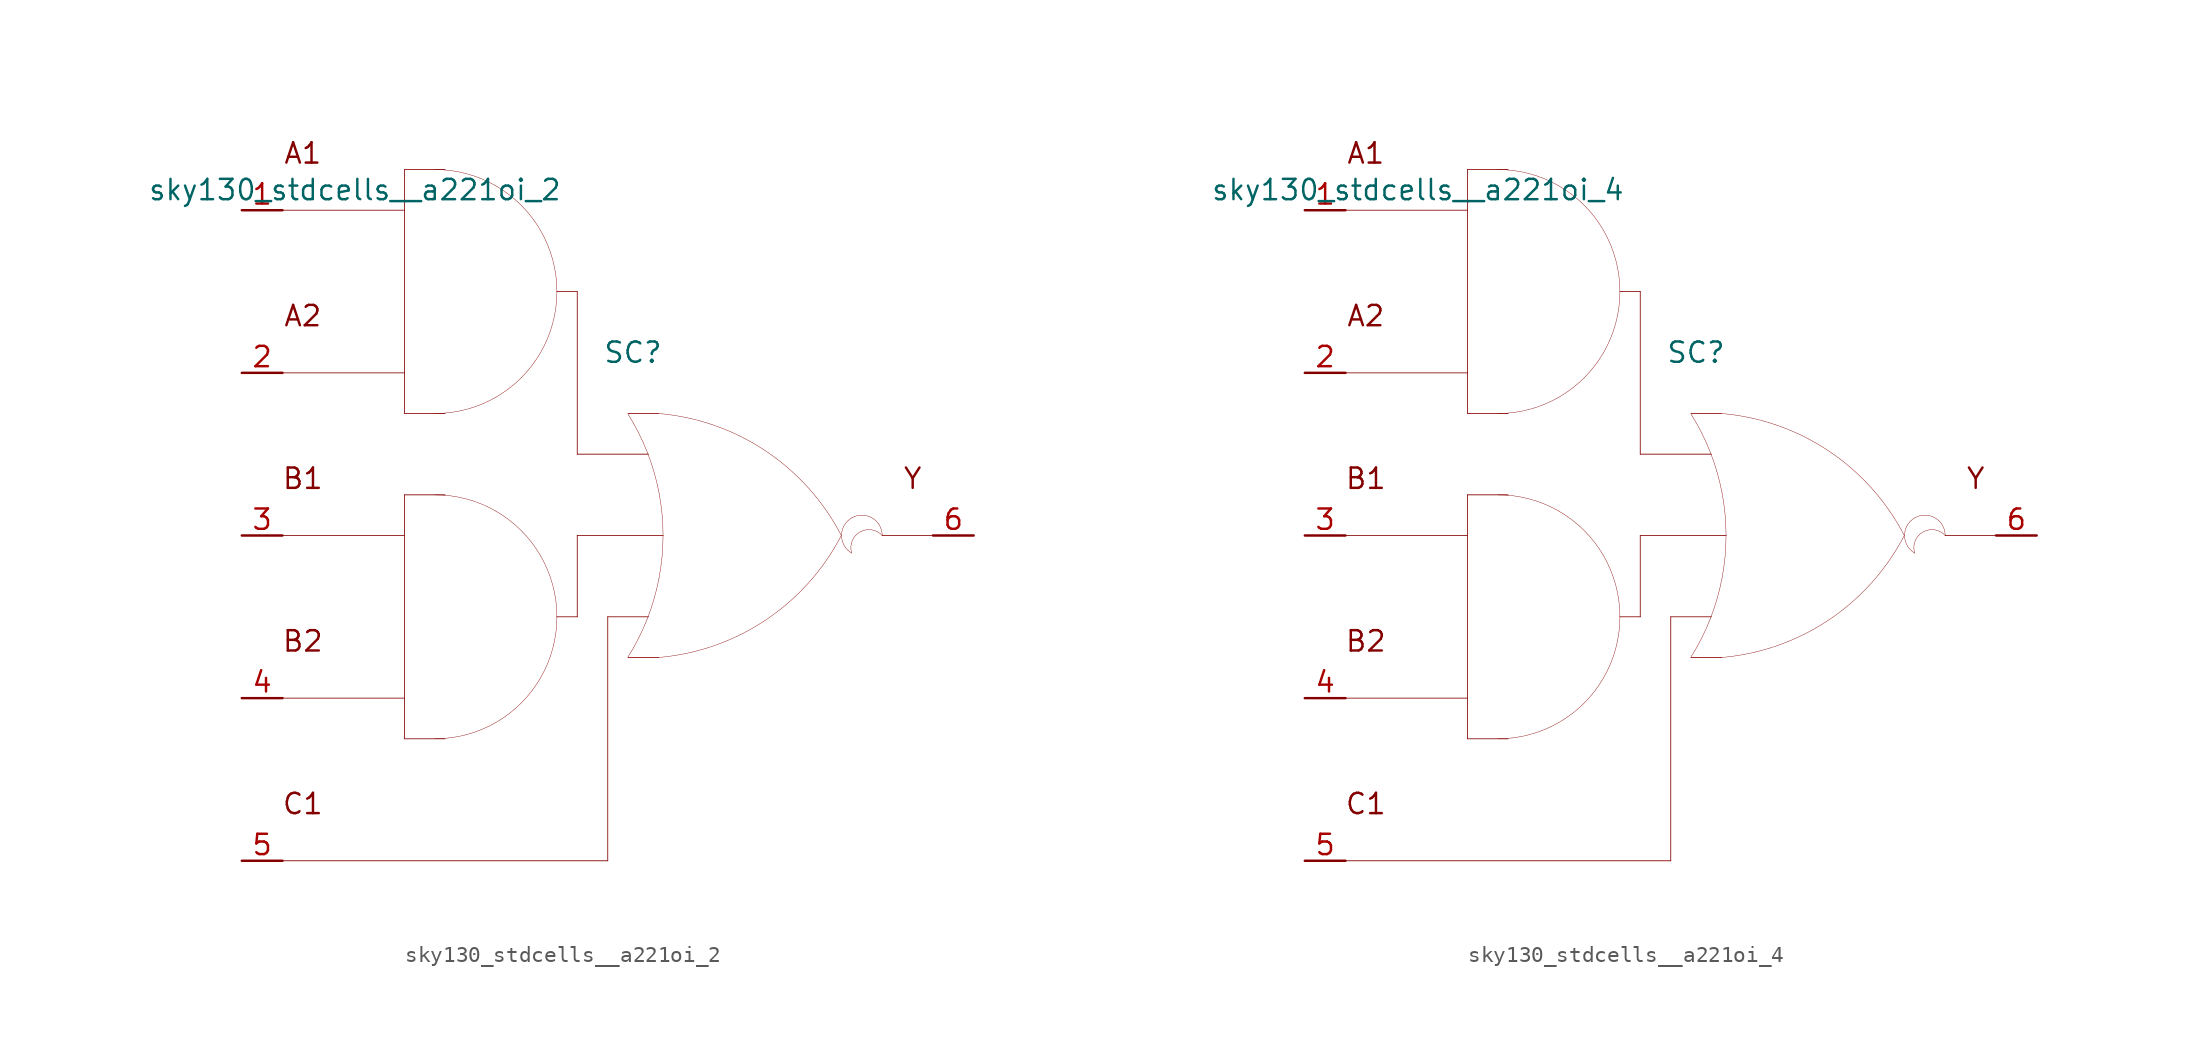
<source format=kicad_sym>
(kicad_symbol_lib
  (version 20211014)
  (generator kicad_symbol_editor)
  (symbol "sky130_stdcells__a221oi_2"
    (pin_names hide)
    (property "Reference" "SC"
      (at 1.575 11.43 0)
      (effects (font (size 1.27 1.27))))
    (property "Value" "sky130_stdcells__a221oi_2"
      (at -2.845 21.59 0)
      (effects (font (size 1.27 1.27)) (justify right)))
    (symbol "sky130_stdcells__a221oi_2_0_0"
      (arc (start -10.795 -12.7) (mid -8.8228 -12.4404) (end -6.985 -11.6791) (stroke (width 0.0254) (type default) (color 0 0 0 0)) (fill (type none)))
      (arc (start -10.795 7.62) (mid -8.8228 7.8796) (end -6.985 8.6409) (stroke (width 0.0254) (type default) (color 0 0 0 0)) (fill (type none)))
      (arc (start -6.985 -11.6791) (mid -5.4069 -10.4681) (end -4.1959 -8.89) (stroke (width 0.0254) (type default) (color 0 0 0 0)) (fill (type none)))
      (arc (start -6.985 1.5191) (mid -8.8228 2.2803) (end -10.795 2.54) (stroke (width 0.0254) (type default) (color 0 0 0 0)) (fill (type none)))
      (arc (start -6.985 8.6409) (mid -5.4069 9.8519) (end -4.1959 11.43) (stroke (width 0.0254) (type default) (color 0 0 0 0)) (fill (type none)))
      (arc (start -6.985 21.8391) (mid -8.8228 22.6003) (end -10.795 22.86) (stroke (width 0.0254) (type default) (color 0 0 0 0)) (fill (type none)))
      (arc (start -4.1959 -8.89) (mid -3.4347 -7.0522) (end -3.175 -5.08) (stroke (width 0.0254) (type default) (color 0 0 0 0)) (fill (type none)))
      (arc (start -4.1959 -1.27) (mid -5.4069 0.3081) (end -6.985 1.5191) (stroke (width 0.0254) (type default) (color 0 0 0 0)) (fill (type none)))
      (arc (start -4.1959 11.43) (mid -3.4347 13.2678) (end -3.175 15.24) (stroke (width 0.0254) (type default) (color 0 0 0 0)) (fill (type none)))
      (arc (start -4.1959 19.05) (mid -5.4069 20.6281) (end -6.985 21.8391) (stroke (width 0.0254) (type default) (color 0 0 0 0)) (fill (type none)))
      (arc (start -3.175 -5.08) (mid -3.4346 -3.1078) (end -4.1959 -1.27) (stroke (width 0.0254) (type default) (color 0 0 0 0)) (fill (type none)))
      (arc (start -3.175 15.24) (mid -3.4346 17.2122) (end -4.1959 19.05) (stroke (width 0.0254) (type default) (color 0 0 0 0)) (fill (type none)))
      (polyline (pts (xy -20.32 -20.32) (xy 0 -20.32)) (stroke (width 0.051) (type default) (color 0 0 0 0)) (fill (type none)))
      (polyline (pts (xy -20.32 -10.16) (xy -12.7 -10.16)) (stroke (width 0.051) (type default) (color 0 0 0 0)) (fill (type none)))
      (polyline (pts (xy -20.32 0) (xy -12.7 0)) (stroke (width 0.051) (type default) (color 0 0 0 0)) (fill (type none)))
      (polyline (pts (xy -20.32 10.16) (xy -12.7 10.16)) (stroke (width 0.051) (type default) (color 0 0 0 0)) (fill (type none)))
      (polyline (pts (xy -20.32 20.32) (xy -12.7 20.32)) (stroke (width 0.051) (type default) (color 0 0 0 0)) (fill (type none)))
      (polyline (pts (xy -12.7 -12.7) (xy -10.16 -12.7)) (stroke (width 0.051) (type default) (color 0 0 0 0)) (fill (type none)))
      (polyline (pts (xy -12.7 2.54) (xy -12.7 -12.7)) (stroke (width 0.051) (type default) (color 0 0 0 0)) (fill (type none)))
      (polyline (pts (xy -12.7 2.54) (xy -10.16 2.54)) (stroke (width 0.051) (type default) (color 0 0 0 0)) (fill (type none)))
      (polyline (pts (xy -12.7 7.62) (xy -10.16 7.62)) (stroke (width 0.051) (type default) (color 0 0 0 0)) (fill (type none)))
      (polyline (pts (xy -12.7 22.86) (xy -12.7 7.62)) (stroke (width 0.051) (type default) (color 0 0 0 0)) (fill (type none)))
      (polyline (pts (xy -12.7 22.86) (xy -10.16 22.86)) (stroke (width 0.051) (type default) (color 0 0 0 0)) (fill (type none)))
      (polyline (pts (xy -3.175 -5.08) (xy -1.905 -5.08)) (stroke (width 0.051) (type default) (color 0 0 0 0)) (fill (type none)))
      (polyline (pts (xy -3.175 15.24) (xy -1.905 15.24)) (stroke (width 0.051) (type default) (color 0 0 0 0)) (fill (type none)))
      (polyline (pts (xy -1.905 0) (xy -1.905 -5.08)) (stroke (width 0.051) (type default) (color 0 0 0 0)) (fill (type none)))
      (polyline (pts (xy -1.905 0) (xy 3.454 0)) (stroke (width 0.051) (type default) (color 0 0 0 0)) (fill (type none)))
      (polyline (pts (xy -1.905 5.08) (xy 2.54 5.08)) (stroke (width 0.051) (type default) (color 0 0 0 0)) (fill (type none)))
      (polyline (pts (xy -1.905 15.24) (xy -1.905 5.08)) (stroke (width 0.051) (type default) (color 0 0 0 0)) (fill (type none)))
      (polyline (pts (xy 0 -5.08) (xy 0 -20.32)) (stroke (width 0.051) (type default) (color 0 0 0 0)) (fill (type none)))
      (polyline (pts (xy 0 -5.08) (xy 2.54 -5.08)) (stroke (width 0.051) (type default) (color 0 0 0 0)) (fill (type none)))
      (polyline (pts (xy 1.27 -7.62) (xy 3.175 -7.62)) (stroke (width 0.051) (type default) (color 0 0 0 0)) (fill (type none)))
      (polyline (pts (xy 1.27 7.62) (xy 3.175 7.62)) (stroke (width 0.051) (type default) (color 0 0 0 0)) (fill (type none)))
      (polyline (pts (xy 17.145 0) (xy 20.32 0)) (stroke (width 0.051) (type default) (color 0 0 0 0)) (fill (type none)))
      (arc (start 1.2495 -7.6142) (mid 1.907 -6.458) (end 2.4538 -5.2456) (stroke (width 0.0254) (type default) (color 0 0 0 0)) (fill (type none)))
      (arc (start 2.4538 -5.2456) (mid 2.8887 -3.9755) (end 3.202 -2.6701) (stroke (width 0.0254) (type default) (color 0 0 0 0)) (fill (type none)))
      (arc (start 2.472 5.1993) (mid 1.9238 6.4248) (end 1.2627 7.5932) (stroke (width 0.0254) (type default) (color 0 0 0 0)) (fill (type none)))
      (arc (start 3.1446 -7.6231) (mid 9.8386 -5.2986) (end 14.5755 -0.0284) (stroke (width 0.0254) (type default) (color 0 0 0 0)) (fill (type none)))
      (arc (start 3.202 -2.6701) (mid 3.3912 -1.341) (end 3.4544 0) (stroke (width 0.0254) (type default) (color 0 0 0 0)) (fill (type none)))
      (arc (start 3.2066 2.6456) (mid 2.8989 3.9396) (end 2.472 5.1993) (stroke (width 0.0254) (type default) (color 0 0 0 0)) (fill (type none)))
      (arc (start 3.4544 0) (mid 3.3923 1.3286) (end 3.2066 2.6456) (stroke (width 0.0254) (type default) (color 0 0 0 0)) (fill (type none)))
      (arc (start 14.5983 -0.0156) (mid 9.8798 5.271) (end 3.194 7.6189) (stroke (width 0.0254) (type default) (color 0 0 0 0)) (fill (type none)))
      (arc (start 15.24 1.0999) (mid 14.605 0) (end 15.24 -1.0999) (stroke (width 0.0254) (type default) (color 0 0 0 0)) (fill (type none)))
      (arc (start 17.145 0) (mid 15.2881 0.4743) (end 15.24 -1.0999) (stroke (width 0.0254) (type default) (color 0 0 0 0)) (fill (type none)))
      (arc (start 17.145 0) (mid 16.51 1.0998) (end 15.24 1.0999) (stroke (width 0.0254) (type default) (color 0 0 0 0)) (fill (type none)))
      (text "A1" (at -19.05 23.876 0) (effects (font (size 1.27 1.27))))
      (text "A2" (at -19.05 13.716 0) (effects (font (size 1.27 1.27))))
      (text "B1" (at -19.05 3.556 0) (effects (font (size 1.27 1.27))))
      (text "B2" (at -19.05 -6.604 0) (effects (font (size 1.27 1.27))))
      (text "C1" (at -19.05 -16.764 0) (effects (font (size 1.27 1.27))))
      (text "Y" (at 19.05 3.556 0) (effects (font (size 1.27 1.27)))))
    (symbol "sky130_stdcells__a221oi_2_1_1"
      (pin input line (at -22.86 20.32 0) (length 2.54) (name "A1" (effects (font (size 1.092 1.092)))) (number "1" (effects (font (size 1.27 1.27)))))
      (pin input line (at -22.86 10.16 0) (length 2.54) (name "A2" (effects (font (size 1.092 1.092)))) (number "2" (effects (font (size 1.27 1.27)))))
      (pin input line (at -22.86 0 0) (length 2.54) (name "B1" (effects (font (size 1.092 1.092)))) (number "3" (effects (font (size 1.27 1.27)))))
      (pin input line (at -22.86 -10.16 0) (length 2.54) (name "B2" (effects (font (size 1.092 1.092)))) (number "4" (effects (font (size 1.27 1.27)))))
      (pin input line (at -22.86 -20.32 0) (length 2.54) (name "C1" (effects (font (size 1.092 1.092)))) (number "5" (effects (font (size 1.27 1.27)))))
      (pin output line (at 22.86 0 180) (length 2.54) (name "Y" (effects (font (size 1.092 1.092)))) (number "6" (effects (font (size 1.27 1.27)))))))
  (symbol "sky130_stdcells__a221oi_4"
    (pin_names hide)
    (property "Reference" "SC"
      (at 1.575 11.43 0)
      (effects (font (size 1.27 1.27))))
    (property "Value" "sky130_stdcells__a221oi_4"
      (at -2.845 21.59 0)
      (effects (font (size 1.27 1.27)) (justify right)))
    (symbol "sky130_stdcells__a221oi_4_0_0"
      (arc (start -10.795 -12.7) (mid -8.8228 -12.4404) (end -6.985 -11.6791) (stroke (width 0.0254) (type default) (color 0 0 0 0)) (fill (type none)))
      (arc (start -10.795 7.62) (mid -8.8228 7.8796) (end -6.985 8.6409) (stroke (width 0.0254) (type default) (color 0 0 0 0)) (fill (type none)))
      (arc (start -6.985 -11.6791) (mid -5.4069 -10.4681) (end -4.1959 -8.89) (stroke (width 0.0254) (type default) (color 0 0 0 0)) (fill (type none)))
      (arc (start -6.985 1.5191) (mid -8.8228 2.2803) (end -10.795 2.54) (stroke (width 0.0254) (type default) (color 0 0 0 0)) (fill (type none)))
      (arc (start -6.985 8.6409) (mid -5.4069 9.8519) (end -4.1959 11.43) (stroke (width 0.0254) (type default) (color 0 0 0 0)) (fill (type none)))
      (arc (start -6.985 21.8391) (mid -8.8228 22.6003) (end -10.795 22.86) (stroke (width 0.0254) (type default) (color 0 0 0 0)) (fill (type none)))
      (arc (start -4.1959 -8.89) (mid -3.4347 -7.0522) (end -3.175 -5.08) (stroke (width 0.0254) (type default) (color 0 0 0 0)) (fill (type none)))
      (arc (start -4.1959 -1.27) (mid -5.4069 0.3081) (end -6.985 1.5191) (stroke (width 0.0254) (type default) (color 0 0 0 0)) (fill (type none)))
      (arc (start -4.1959 11.43) (mid -3.4347 13.2678) (end -3.175 15.24) (stroke (width 0.0254) (type default) (color 0 0 0 0)) (fill (type none)))
      (arc (start -4.1959 19.05) (mid -5.4069 20.6281) (end -6.985 21.8391) (stroke (width 0.0254) (type default) (color 0 0 0 0)) (fill (type none)))
      (arc (start -3.175 -5.08) (mid -3.4346 -3.1078) (end -4.1959 -1.27) (stroke (width 0.0254) (type default) (color 0 0 0 0)) (fill (type none)))
      (arc (start -3.175 15.24) (mid -3.4346 17.2122) (end -4.1959 19.05) (stroke (width 0.0254) (type default) (color 0 0 0 0)) (fill (type none)))
      (polyline (pts (xy -20.32 -20.32) (xy 0 -20.32)) (stroke (width 0.051) (type default) (color 0 0 0 0)) (fill (type none)))
      (polyline (pts (xy -20.32 -10.16) (xy -12.7 -10.16)) (stroke (width 0.051) (type default) (color 0 0 0 0)) (fill (type none)))
      (polyline (pts (xy -20.32 0) (xy -12.7 0)) (stroke (width 0.051) (type default) (color 0 0 0 0)) (fill (type none)))
      (polyline (pts (xy -20.32 10.16) (xy -12.7 10.16)) (stroke (width 0.051) (type default) (color 0 0 0 0)) (fill (type none)))
      (polyline (pts (xy -20.32 20.32) (xy -12.7 20.32)) (stroke (width 0.051) (type default) (color 0 0 0 0)) (fill (type none)))
      (polyline (pts (xy -12.7 -12.7) (xy -10.16 -12.7)) (stroke (width 0.051) (type default) (color 0 0 0 0)) (fill (type none)))
      (polyline (pts (xy -12.7 2.54) (xy -12.7 -12.7)) (stroke (width 0.051) (type default) (color 0 0 0 0)) (fill (type none)))
      (polyline (pts (xy -12.7 2.54) (xy -10.16 2.54)) (stroke (width 0.051) (type default) (color 0 0 0 0)) (fill (type none)))
      (polyline (pts (xy -12.7 7.62) (xy -10.16 7.62)) (stroke (width 0.051) (type default) (color 0 0 0 0)) (fill (type none)))
      (polyline (pts (xy -12.7 22.86) (xy -12.7 7.62)) (stroke (width 0.051) (type default) (color 0 0 0 0)) (fill (type none)))
      (polyline (pts (xy -12.7 22.86) (xy -10.16 22.86)) (stroke (width 0.051) (type default) (color 0 0 0 0)) (fill (type none)))
      (polyline (pts (xy -3.175 -5.08) (xy -1.905 -5.08)) (stroke (width 0.051) (type default) (color 0 0 0 0)) (fill (type none)))
      (polyline (pts (xy -3.175 15.24) (xy -1.905 15.24)) (stroke (width 0.051) (type default) (color 0 0 0 0)) (fill (type none)))
      (polyline (pts (xy -1.905 0) (xy -1.905 -5.08)) (stroke (width 0.051) (type default) (color 0 0 0 0)) (fill (type none)))
      (polyline (pts (xy -1.905 0) (xy 3.454 0)) (stroke (width 0.051) (type default) (color 0 0 0 0)) (fill (type none)))
      (polyline (pts (xy -1.905 5.08) (xy 2.54 5.08)) (stroke (width 0.051) (type default) (color 0 0 0 0)) (fill (type none)))
      (polyline (pts (xy -1.905 15.24) (xy -1.905 5.08)) (stroke (width 0.051) (type default) (color 0 0 0 0)) (fill (type none)))
      (polyline (pts (xy 0 -5.08) (xy 0 -20.32)) (stroke (width 0.051) (type default) (color 0 0 0 0)) (fill (type none)))
      (polyline (pts (xy 0 -5.08) (xy 2.54 -5.08)) (stroke (width 0.051) (type default) (color 0 0 0 0)) (fill (type none)))
      (polyline (pts (xy 1.27 -7.62) (xy 3.175 -7.62)) (stroke (width 0.051) (type default) (color 0 0 0 0)) (fill (type none)))
      (polyline (pts (xy 1.27 7.62) (xy 3.175 7.62)) (stroke (width 0.051) (type default) (color 0 0 0 0)) (fill (type none)))
      (polyline (pts (xy 17.145 0) (xy 20.32 0)) (stroke (width 0.051) (type default) (color 0 0 0 0)) (fill (type none)))
      (arc (start 1.2495 -7.6142) (mid 1.907 -6.458) (end 2.4538 -5.2456) (stroke (width 0.0254) (type default) (color 0 0 0 0)) (fill (type none)))
      (arc (start 2.4538 -5.2456) (mid 2.8887 -3.9755) (end 3.202 -2.6701) (stroke (width 0.0254) (type default) (color 0 0 0 0)) (fill (type none)))
      (arc (start 2.472 5.1993) (mid 1.9238 6.4248) (end 1.2627 7.5932) (stroke (width 0.0254) (type default) (color 0 0 0 0)) (fill (type none)))
      (arc (start 3.1446 -7.6231) (mid 9.8386 -5.2986) (end 14.5755 -0.0284) (stroke (width 0.0254) (type default) (color 0 0 0 0)) (fill (type none)))
      (arc (start 3.202 -2.6701) (mid 3.3912 -1.341) (end 3.4544 0) (stroke (width 0.0254) (type default) (color 0 0 0 0)) (fill (type none)))
      (arc (start 3.2066 2.6456) (mid 2.8989 3.9396) (end 2.472 5.1993) (stroke (width 0.0254) (type default) (color 0 0 0 0)) (fill (type none)))
      (arc (start 3.4544 0) (mid 3.3923 1.3286) (end 3.2066 2.6456) (stroke (width 0.0254) (type default) (color 0 0 0 0)) (fill (type none)))
      (arc (start 14.5983 -0.0156) (mid 9.8798 5.271) (end 3.194 7.6189) (stroke (width 0.0254) (type default) (color 0 0 0 0)) (fill (type none)))
      (arc (start 15.24 1.0999) (mid 14.605 0) (end 15.24 -1.0999) (stroke (width 0.0254) (type default) (color 0 0 0 0)) (fill (type none)))
      (arc (start 17.145 0) (mid 15.2881 0.4743) (end 15.24 -1.0999) (stroke (width 0.0254) (type default) (color 0 0 0 0)) (fill (type none)))
      (arc (start 17.145 0) (mid 16.51 1.0998) (end 15.24 1.0999) (stroke (width 0.0254) (type default) (color 0 0 0 0)) (fill (type none)))
      (text "A1" (at -19.05 23.876 0) (effects (font (size 1.27 1.27))))
      (text "A2" (at -19.05 13.716 0) (effects (font (size 1.27 1.27))))
      (text "B1" (at -19.05 3.556 0) (effects (font (size 1.27 1.27))))
      (text "B2" (at -19.05 -6.604 0) (effects (font (size 1.27 1.27))))
      (text "C1" (at -19.05 -16.764 0) (effects (font (size 1.27 1.27))))
      (text "Y" (at 19.05 3.556 0) (effects (font (size 1.27 1.27)))))
    (symbol "sky130_stdcells__a221oi_4_1_1"
      (pin input line (at -22.86 20.32 0) (length 2.54) (name "A1" (effects (font (size 1.092 1.092)))) (number "1" (effects (font (size 1.27 1.27)))))
      (pin input line (at -22.86 10.16 0) (length 2.54) (name "A2" (effects (font (size 1.092 1.092)))) (number "2" (effects (font (size 1.27 1.27)))))
      (pin input line (at -22.86 0 0) (length 2.54) (name "B1" (effects (font (size 1.092 1.092)))) (number "3" (effects (font (size 1.27 1.27)))))
      (pin input line (at -22.86 -10.16 0) (length 2.54) (name "B2" (effects (font (size 1.092 1.092)))) (number "4" (effects (font (size 1.27 1.27)))))
      (pin input line (at -22.86 -20.32 0) (length 2.54) (name "C1" (effects (font (size 1.092 1.092)))) (number "5" (effects (font (size 1.27 1.27)))))
      (pin output line (at 22.86 0 180) (length 2.54) (name "Y" (effects (font (size 1.092 1.092)))) (number "6" (effects (font (size 1.27 1.27))))))))
</source>
